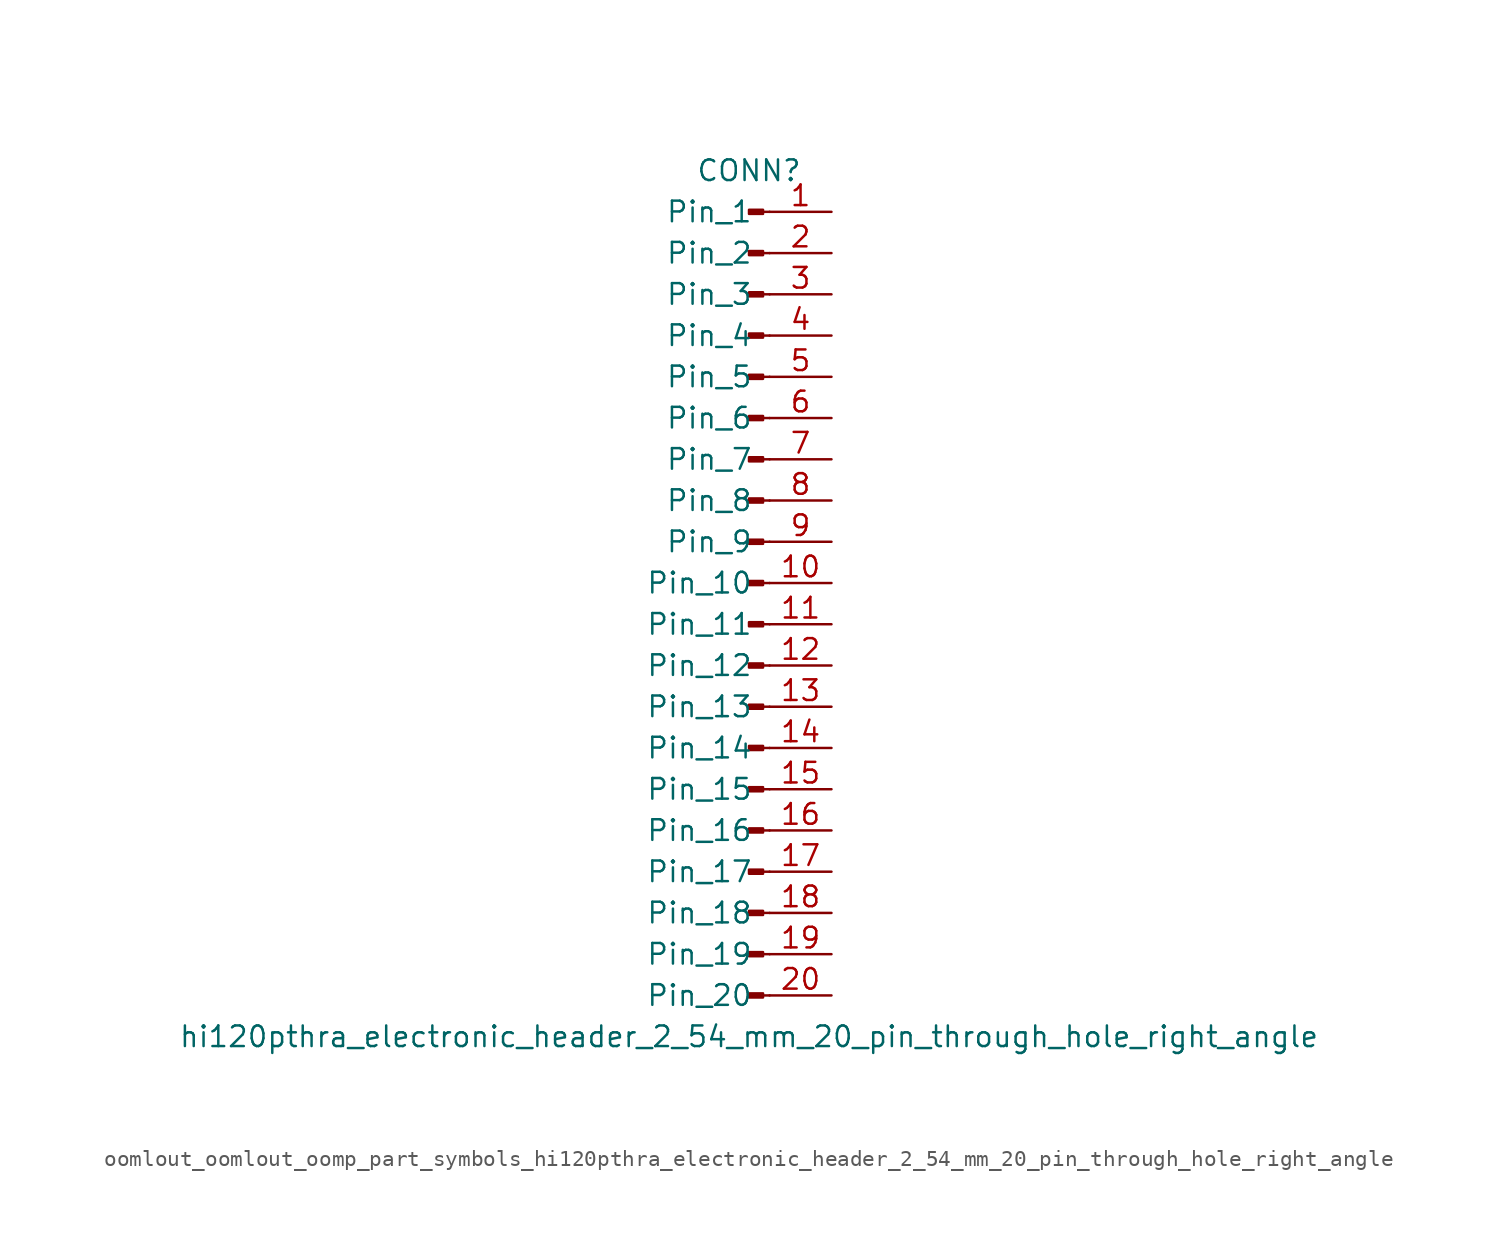
<source format=kicad_sym>
(kicad_symbol_lib
  (version 20220914)
  (generator kicad_symbol_editor)
  (symbol "oomlout_oomlout_oomp_part_symbols_hi120pthra_electronic_header_2_54_mm_20_pin_through_hole_right_angle"
    (pin_names
      (offset 1.016))
    (property "Reference" "CONN"
      (at 0 25.4 0)
      (effects (font (size 1.27 1.27))))
    (property "Value" "hi120pthra_electronic_header_2_54_mm_20_pin_through_hole_right_angle"
      (at 0 -27.94 0)
      (effects (font (size 1.27 1.27))))
    (property "ki_locked" ""
      (at 0 0 0)
      (effects (font (size 1.27 1.27))))
    (symbol "oomlout_oomlout_oomp_part_symbols_hi120pthra_electronic_header_2_54_mm_20_pin_through_hole_right_angle_1_1"
      (polyline (pts (xy 1.27 -25.4) (xy 0.864 -25.4)) (stroke (width 0.152) (type default)) (fill (type none)))
      (polyline (pts (xy 1.27 -22.86) (xy 0.864 -22.86)) (stroke (width 0.152) (type default)) (fill (type none)))
      (polyline (pts (xy 1.27 -20.32) (xy 0.864 -20.32)) (stroke (width 0.152) (type default)) (fill (type none)))
      (polyline (pts (xy 1.27 -17.78) (xy 0.864 -17.78)) (stroke (width 0.152) (type default)) (fill (type none)))
      (polyline (pts (xy 1.27 -15.24) (xy 0.864 -15.24)) (stroke (width 0.152) (type default)) (fill (type none)))
      (polyline (pts (xy 1.27 -12.7) (xy 0.864 -12.7)) (stroke (width 0.152) (type default)) (fill (type none)))
      (polyline (pts (xy 1.27 -10.16) (xy 0.864 -10.16)) (stroke (width 0.152) (type default)) (fill (type none)))
      (polyline (pts (xy 1.27 -7.62) (xy 0.864 -7.62)) (stroke (width 0.152) (type default)) (fill (type none)))
      (polyline (pts (xy 1.27 -5.08) (xy 0.864 -5.08)) (stroke (width 0.152) (type default)) (fill (type none)))
      (polyline (pts (xy 1.27 -2.54) (xy 0.864 -2.54)) (stroke (width 0.152) (type default)) (fill (type none)))
      (polyline (pts (xy 1.27 0) (xy 0.864 0)) (stroke (width 0.152) (type default)) (fill (type none)))
      (polyline (pts (xy 1.27 2.54) (xy 0.864 2.54)) (stroke (width 0.152) (type default)) (fill (type none)))
      (polyline (pts (xy 1.27 5.08) (xy 0.864 5.08)) (stroke (width 0.152) (type default)) (fill (type none)))
      (polyline (pts (xy 1.27 7.62) (xy 0.864 7.62)) (stroke (width 0.152) (type default)) (fill (type none)))
      (polyline (pts (xy 1.27 10.16) (xy 0.864 10.16)) (stroke (width 0.152) (type default)) (fill (type none)))
      (polyline (pts (xy 1.27 12.7) (xy 0.864 12.7)) (stroke (width 0.152) (type default)) (fill (type none)))
      (polyline (pts (xy 1.27 15.24) (xy 0.864 15.24)) (stroke (width 0.152) (type default)) (fill (type none)))
      (polyline (pts (xy 1.27 17.78) (xy 0.864 17.78)) (stroke (width 0.152) (type default)) (fill (type none)))
      (polyline (pts (xy 1.27 20.32) (xy 0.864 20.32)) (stroke (width 0.152) (type default)) (fill (type none)))
      (polyline (pts (xy 1.27 22.86) (xy 0.864 22.86)) (stroke (width 0.152) (type default)) (fill (type none)))
      (rectangle (start 0.864 -25.273) (end 0 -25.527) (stroke (width 0.152) (type default)) (fill (type outline)))
      (rectangle (start 0.864 -22.733) (end 0 -22.987) (stroke (width 0.152) (type default)) (fill (type outline)))
      (rectangle (start 0.864 -20.193) (end 0 -20.447) (stroke (width 0.152) (type default)) (fill (type outline)))
      (rectangle (start 0.864 -17.653) (end 0 -17.907) (stroke (width 0.152) (type default)) (fill (type outline)))
      (rectangle (start 0.864 -15.113) (end 0 -15.367) (stroke (width 0.152) (type default)) (fill (type outline)))
      (rectangle (start 0.864 -12.573) (end 0 -12.827) (stroke (width 0.152) (type default)) (fill (type outline)))
      (rectangle (start 0.864 -10.033) (end 0 -10.287) (stroke (width 0.152) (type default)) (fill (type outline)))
      (rectangle (start 0.864 -7.493) (end 0 -7.747) (stroke (width 0.152) (type default)) (fill (type outline)))
      (rectangle (start 0.864 -4.953) (end 0 -5.207) (stroke (width 0.152) (type default)) (fill (type outline)))
      (rectangle (start 0.864 -2.413) (end 0 -2.667) (stroke (width 0.152) (type default)) (fill (type outline)))
      (rectangle (start 0.864 0.127) (end 0 -0.127) (stroke (width 0.152) (type default)) (fill (type outline)))
      (rectangle (start 0.864 2.667) (end 0 2.413) (stroke (width 0.152) (type default)) (fill (type outline)))
      (rectangle (start 0.864 5.207) (end 0 4.953) (stroke (width 0.152) (type default)) (fill (type outline)))
      (rectangle (start 0.864 7.747) (end 0 7.493) (stroke (width 0.152) (type default)) (fill (type outline)))
      (rectangle (start 0.864 10.287) (end 0 10.033) (stroke (width 0.152) (type default)) (fill (type outline)))
      (rectangle (start 0.864 12.827) (end 0 12.573) (stroke (width 0.152) (type default)) (fill (type outline)))
      (rectangle (start 0.864 15.367) (end 0 15.113) (stroke (width 0.152) (type default)) (fill (type outline)))
      (rectangle (start 0.864 17.907) (end 0 17.653) (stroke (width 0.152) (type default)) (fill (type outline)))
      (rectangle (start 0.864 20.447) (end 0 20.193) (stroke (width 0.152) (type default)) (fill (type outline)))
      (rectangle (start 0.864 22.987) (end 0 22.733) (stroke (width 0.152) (type default)) (fill (type outline)))
      (pin passive line (at 5.08 22.86 180) (length 3.81) (name "Pin_1" (effects (font (size 1.27 1.27)))) (number "1" (effects (font (size 1.27 1.27)))))
      (pin passive line (at 5.08 0 180) (length 3.81) (name "Pin_10" (effects (font (size 1.27 1.27)))) (number "10" (effects (font (size 1.27 1.27)))))
      (pin passive line (at 5.08 -2.54 180) (length 3.81) (name "Pin_11" (effects (font (size 1.27 1.27)))) (number "11" (effects (font (size 1.27 1.27)))))
      (pin passive line (at 5.08 -5.08 180) (length 3.81) (name "Pin_12" (effects (font (size 1.27 1.27)))) (number "12" (effects (font (size 1.27 1.27)))))
      (pin passive line (at 5.08 -7.62 180) (length 3.81) (name "Pin_13" (effects (font (size 1.27 1.27)))) (number "13" (effects (font (size 1.27 1.27)))))
      (pin passive line (at 5.08 -10.16 180) (length 3.81) (name "Pin_14" (effects (font (size 1.27 1.27)))) (number "14" (effects (font (size 1.27 1.27)))))
      (pin passive line (at 5.08 -12.7 180) (length 3.81) (name "Pin_15" (effects (font (size 1.27 1.27)))) (number "15" (effects (font (size 1.27 1.27)))))
      (pin passive line (at 5.08 -15.24 180) (length 3.81) (name "Pin_16" (effects (font (size 1.27 1.27)))) (number "16" (effects (font (size 1.27 1.27)))))
      (pin passive line (at 5.08 -17.78 180) (length 3.81) (name "Pin_17" (effects (font (size 1.27 1.27)))) (number "17" (effects (font (size 1.27 1.27)))))
      (pin passive line (at 5.08 -20.32 180) (length 3.81) (name "Pin_18" (effects (font (size 1.27 1.27)))) (number "18" (effects (font (size 1.27 1.27)))))
      (pin passive line (at 5.08 -22.86 180) (length 3.81) (name "Pin_19" (effects (font (size 1.27 1.27)))) (number "19" (effects (font (size 1.27 1.27)))))
      (pin passive line (at 5.08 20.32 180) (length 3.81) (name "Pin_2" (effects (font (size 1.27 1.27)))) (number "2" (effects (font (size 1.27 1.27)))))
      (pin passive line (at 5.08 -25.4 180) (length 3.81) (name "Pin_20" (effects (font (size 1.27 1.27)))) (number "20" (effects (font (size 1.27 1.27)))))
      (pin passive line (at 5.08 17.78 180) (length 3.81) (name "Pin_3" (effects (font (size 1.27 1.27)))) (number "3" (effects (font (size 1.27 1.27)))))
      (pin passive line (at 5.08 15.24 180) (length 3.81) (name "Pin_4" (effects (font (size 1.27 1.27)))) (number "4" (effects (font (size 1.27 1.27)))))
      (pin passive line (at 5.08 12.7 180) (length 3.81) (name "Pin_5" (effects (font (size 1.27 1.27)))) (number "5" (effects (font (size 1.27 1.27)))))
      (pin passive line (at 5.08 10.16 180) (length 3.81) (name "Pin_6" (effects (font (size 1.27 1.27)))) (number "6" (effects (font (size 1.27 1.27)))))
      (pin passive line (at 5.08 7.62 180) (length 3.81) (name "Pin_7" (effects (font (size 1.27 1.27)))) (number "7" (effects (font (size 1.27 1.27)))))
      (pin passive line (at 5.08 5.08 180) (length 3.81) (name "Pin_8" (effects (font (size 1.27 1.27)))) (number "8" (effects (font (size 1.27 1.27)))))
      (pin passive line (at 5.08 2.54 180) (length 3.81) (name "Pin_9" (effects (font (size 1.27 1.27)))) (number "9" (effects (font (size 1.27 1.27))))))))
</source>
